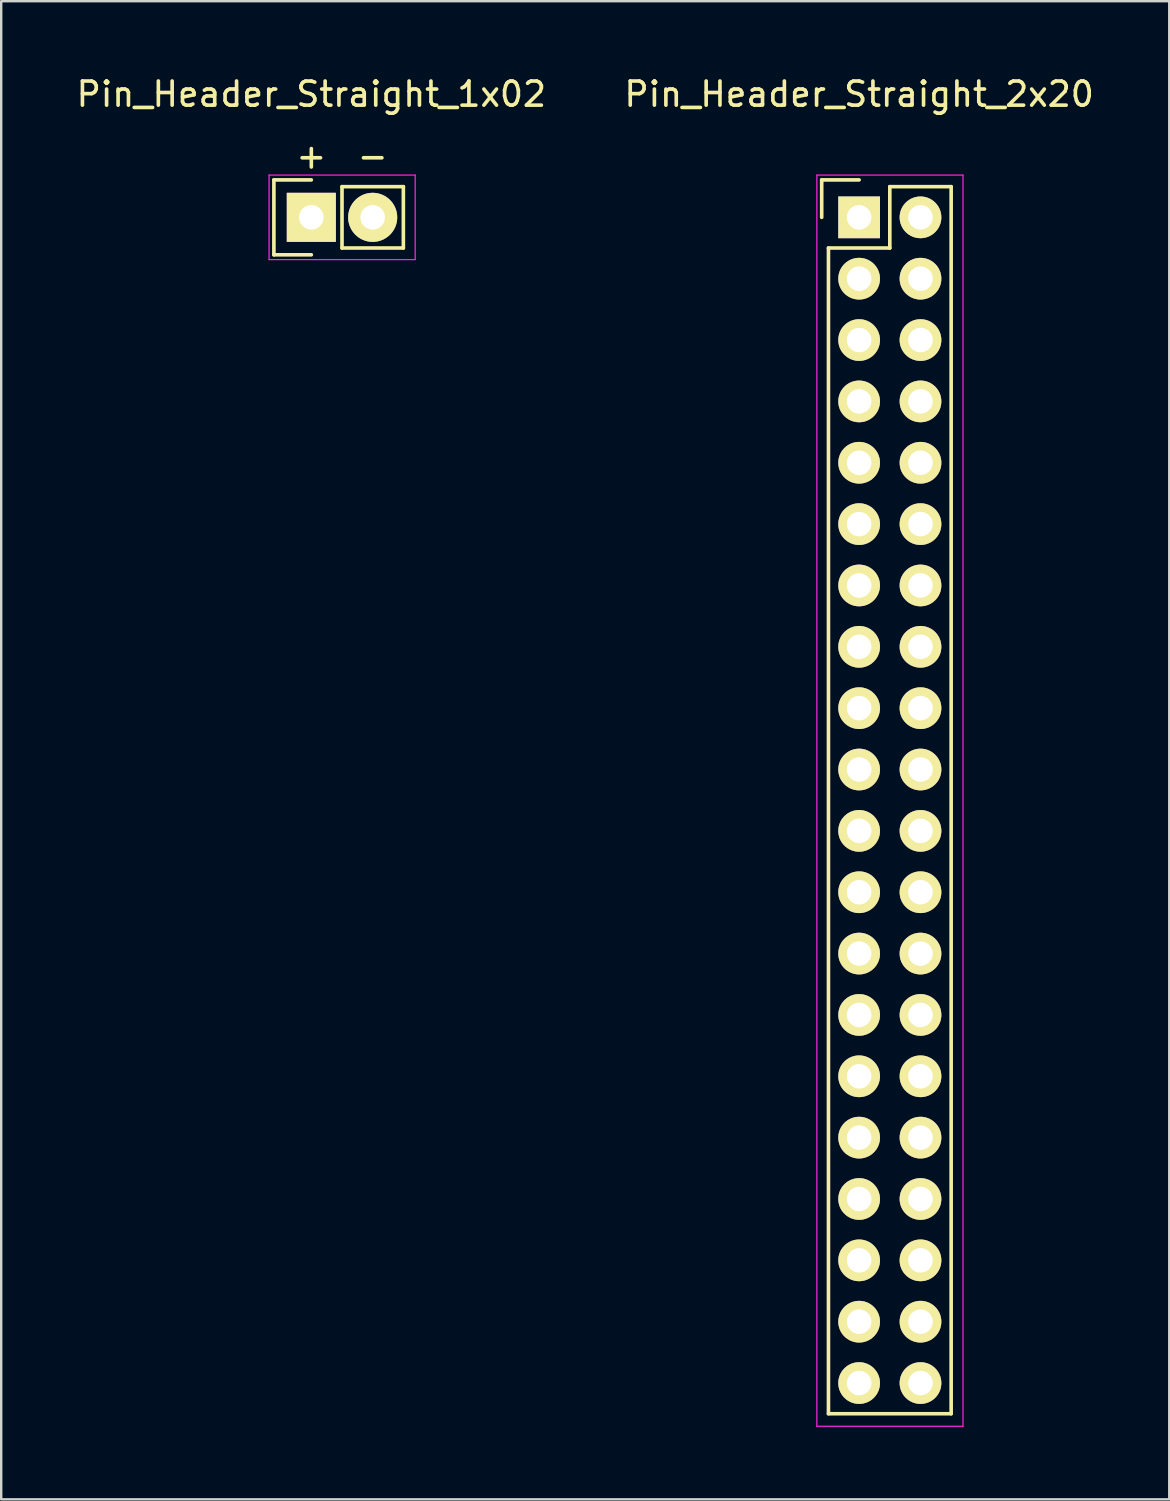
<source format=kicad_pcb>
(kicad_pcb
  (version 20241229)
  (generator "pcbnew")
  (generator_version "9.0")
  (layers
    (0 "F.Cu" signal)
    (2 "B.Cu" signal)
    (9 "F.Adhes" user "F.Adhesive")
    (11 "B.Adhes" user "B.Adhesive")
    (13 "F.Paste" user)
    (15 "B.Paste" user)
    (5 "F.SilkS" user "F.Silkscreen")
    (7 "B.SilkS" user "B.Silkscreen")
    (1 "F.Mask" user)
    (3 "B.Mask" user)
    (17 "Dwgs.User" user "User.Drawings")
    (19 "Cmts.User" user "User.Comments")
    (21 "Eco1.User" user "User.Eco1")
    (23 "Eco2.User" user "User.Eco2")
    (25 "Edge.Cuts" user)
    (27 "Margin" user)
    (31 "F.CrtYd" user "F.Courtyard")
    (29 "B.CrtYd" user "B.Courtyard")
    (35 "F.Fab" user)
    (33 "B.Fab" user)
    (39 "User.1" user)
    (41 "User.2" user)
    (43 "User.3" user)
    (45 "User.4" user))
  (footprint "Pin_Header_Straight_2x20"
    (layer "F.Cu")
    (at 32.518 5.948)
    (property "Reference" "Pin_Header_Straight_2x20" (at 0 -5.1 0) (layer "F.SilkS") (effects (font (size 1 1) (thickness 0.15))))
    (attr through_hole)
    (fp_line (start -1.55 -1.55) (end -1.55 0) (stroke (width 0.15) (type solid)) (layer "F.SilkS"))
    (fp_line (start -1.27 1.27) (end -1.27 49.53) (stroke (width 0.15) (type solid)) (layer "F.SilkS"))
    (fp_line (start 0 -1.55) (end -1.55 -1.55) (stroke (width 0.15) (type solid)) (layer "F.SilkS"))
    (fp_line (start 1.27 -1.27) (end 1.27 1.27) (stroke (width 0.15) (type solid)) (layer "F.SilkS"))
    (fp_line (start 1.27 1.27) (end -1.27 1.27) (stroke (width 0.15) (type solid)) (layer "F.SilkS"))
    (fp_line (start 3.81 -1.27) (end 1.27 -1.27) (stroke (width 0.15) (type solid)) (layer "F.SilkS"))
    (fp_line (start 3.81 49.53) (end -1.27 49.53) (stroke (width 0.15) (type solid)) (layer "F.SilkS"))
    (fp_line (start 3.81 49.53) (end 3.81 -1.27) (stroke (width 0.15) (type solid)) (layer "F.SilkS"))
    (fp_line (start -1.75 -1.75) (end -1.75 50.05) (stroke (width 0.05) (type solid)) (layer "F.CrtYd"))
    (fp_line (start -1.75 -1.75) (end 4.3 -1.75) (stroke (width 0.05) (type solid)) (layer "F.CrtYd"))
    (fp_line (start -1.75 50.05) (end 4.3 50.05) (stroke (width 0.05) (type solid)) (layer "F.CrtYd"))
    (fp_line (start 4.3 -1.75) (end 4.3 50.05) (stroke (width 0.05) (type solid)) (layer "F.CrtYd"))
    (pad "1" thru_hole rect (at 0 0) (size 1.727 1.727) (drill 1.016) (layers "*.Cu" "*.Mask" "F.SilkS"))
    (pad "2" thru_hole oval (at 2.54 0) (size 1.727 1.727) (drill 1.016) (layers "*.Cu" "*.Mask" "F.SilkS"))
    (pad "3" thru_hole oval (at 0 2.54) (size 1.727 1.727) (drill 1.016) (layers "*.Cu" "*.Mask" "F.SilkS"))
    (pad "4" thru_hole oval (at 2.54 2.54) (size 1.727 1.727) (drill 1.016) (layers "*.Cu" "*.Mask" "F.SilkS"))
    (pad "5" thru_hole oval (at 0 5.08) (size 1.727 1.727) (drill 1.016) (layers "*.Cu" "*.Mask" "F.SilkS"))
    (pad "6" thru_hole oval (at 2.54 5.08) (size 1.727 1.727) (drill 1.016) (layers "*.Cu" "*.Mask" "F.SilkS"))
    (pad "7" thru_hole oval (at 0 7.62) (size 1.727 1.727) (drill 1.016) (layers "*.Cu" "*.Mask" "F.SilkS"))
    (pad "8" thru_hole oval (at 2.54 7.62) (size 1.727 1.727) (drill 1.016) (layers "*.Cu" "*.Mask" "F.SilkS"))
    (pad "9" thru_hole oval (at 0 10.16) (size 1.727 1.727) (drill 1.016) (layers "*.Cu" "*.Mask" "F.SilkS"))
    (pad "10" thru_hole oval (at 2.54 10.16) (size 1.727 1.727) (drill 1.016) (layers "*.Cu" "*.Mask" "F.SilkS"))
    (pad "11" thru_hole oval (at 0 12.7) (size 1.727 1.727) (drill 1.016) (layers "*.Cu" "*.Mask" "F.SilkS"))
    (pad "12" thru_hole oval (at 2.54 12.7) (size 1.727 1.727) (drill 1.016) (layers "*.Cu" "*.Mask" "F.SilkS"))
    (pad "13" thru_hole oval (at 0 15.24) (size 1.727 1.727) (drill 1.016) (layers "*.Cu" "*.Mask" "F.SilkS"))
    (pad "14" thru_hole oval (at 2.54 15.24) (size 1.727 1.727) (drill 1.016) (layers "*.Cu" "*.Mask" "F.SilkS"))
    (pad "15" thru_hole oval (at 0 17.78) (size 1.727 1.727) (drill 1.016) (layers "*.Cu" "*.Mask" "F.SilkS"))
    (pad "16" thru_hole oval (at 2.54 17.78) (size 1.727 1.727) (drill 1.016) (layers "*.Cu" "*.Mask" "F.SilkS"))
    (pad "17" thru_hole oval (at 0 20.32) (size 1.727 1.727) (drill 1.016) (layers "*.Cu" "*.Mask" "F.SilkS"))
    (pad "18" thru_hole oval (at 2.54 20.32) (size 1.727 1.727) (drill 1.016) (layers "*.Cu" "*.Mask" "F.SilkS"))
    (pad "19" thru_hole oval (at 0 22.86) (size 1.727 1.727) (drill 1.016) (layers "*.Cu" "*.Mask" "F.SilkS"))
    (pad "20" thru_hole oval (at 2.54 22.86) (size 1.727 1.727) (drill 1.016) (layers "*.Cu" "*.Mask" "F.SilkS"))
    (pad "21" thru_hole oval (at 0 25.4) (size 1.727 1.727) (drill 1.016) (layers "*.Cu" "*.Mask" "F.SilkS"))
    (pad "22" thru_hole oval (at 2.54 25.4) (size 1.727 1.727) (drill 1.016) (layers "*.Cu" "*.Mask" "F.SilkS"))
    (pad "23" thru_hole oval (at 0 27.94) (size 1.727 1.727) (drill 1.016) (layers "*.Cu" "*.Mask" "F.SilkS"))
    (pad "24" thru_hole oval (at 2.54 27.94) (size 1.727 1.727) (drill 1.016) (layers "*.Cu" "*.Mask" "F.SilkS"))
    (pad "25" thru_hole oval (at 0 30.48) (size 1.727 1.727) (drill 1.016) (layers "*.Cu" "*.Mask" "F.SilkS"))
    (pad "26" thru_hole oval (at 2.54 30.48) (size 1.727 1.727) (drill 1.016) (layers "*.Cu" "*.Mask" "F.SilkS"))
    (pad "27" thru_hole oval (at 0 33.02) (size 1.727 1.727) (drill 1.016) (layers "*.Cu" "*.Mask" "F.SilkS"))
    (pad "28" thru_hole oval (at 2.54 33.02) (size 1.727 1.727) (drill 1.016) (layers "*.Cu" "*.Mask" "F.SilkS"))
    (pad "29" thru_hole oval (at 0 35.56) (size 1.727 1.727) (drill 1.016) (layers "*.Cu" "*.Mask" "F.SilkS"))
    (pad "30" thru_hole oval (at 2.54 35.56) (size 1.727 1.727) (drill 1.016) (layers "*.Cu" "*.Mask" "F.SilkS"))
    (pad "31" thru_hole oval (at 0 38.1) (size 1.727 1.727) (drill 1.016) (layers "*.Cu" "*.Mask" "F.SilkS"))
    (pad "32" thru_hole oval (at 2.54 38.1) (size 1.727 1.727) (drill 1.016) (layers "*.Cu" "*.Mask" "F.SilkS"))
    (pad "33" thru_hole oval (at 0 40.64) (size 1.727 1.727) (drill 1.016) (layers "*.Cu" "*.Mask" "F.SilkS"))
    (pad "34" thru_hole oval (at 2.54 40.64) (size 1.727 1.727) (drill 1.016) (layers "*.Cu" "*.Mask" "F.SilkS"))
    (pad "35" thru_hole oval (at 0 43.18) (size 1.727 1.727) (drill 1.016) (layers "*.Cu" "*.Mask" "F.SilkS"))
    (pad "36" thru_hole oval (at 2.54 43.18) (size 1.727 1.727) (drill 1.016) (layers "*.Cu" "*.Mask" "F.SilkS"))
    (pad "37" thru_hole oval (at 0 45.72) (size 1.727 1.727) (drill 1.016) (layers "*.Cu" "*.Mask" "F.SilkS"))
    (pad "38" thru_hole oval (at 2.54 45.72) (size 1.727 1.727) (drill 1.016) (layers "*.Cu" "*.Mask" "F.SilkS"))
    (pad "39" thru_hole oval (at 0 48.26) (size 1.727 1.727) (drill 1.016) (layers "*.Cu" "*.Mask" "F.SilkS"))
    (pad "40" thru_hole oval (at 2.54 48.26) (size 1.727 1.727) (drill 1.016) (layers "*.Cu" "*.Mask" "F.SilkS")))
  (footprint "Pin_Header_Straight_1x02"
    (layer "F.Cu")
    (at 9.839 5.948)
    (property "Reference" "Pin_Header_Straight_1x02" (at 0 -5.1 0) (layer "F.SilkS") (effects (font (size 1 1) (thickness 0.15))))
    (attr through_hole)
    (fp_line (start -1.55 -1.55) (end 0 -1.55) (stroke (width 0.15) (type solid)) (layer "F.SilkS"))
    (fp_line (start -1.55 1.55) (end -1.55 -1.55) (stroke (width 0.15) (type solid)) (layer "F.SilkS"))
    (fp_line (start 0 1.55) (end -1.55 1.55) (stroke (width 0.15) (type solid)) (layer "F.SilkS"))
    (fp_line (start 1.27 -1.27) (end 1.27 1.27) (stroke (width 0.15) (type solid)) (layer "F.SilkS"))
    (fp_line (start 1.27 -1.27) (end 3.81 -1.27) (stroke (width 0.15) (type solid)) (layer "F.SilkS"))
    (fp_line (start 1.27 1.27) (end 3.81 1.27) (stroke (width 0.15) (type solid)) (layer "F.SilkS"))
    (fp_line (start 3.81 1.27) (end 3.81 -1.27) (stroke (width 0.15) (type solid)) (layer "F.SilkS"))
    (fp_line (start -1.75 -1.75) (end 4.3 -1.75) (stroke (width 0.05) (type solid)) (layer "F.CrtYd"))
    (fp_line (start -1.75 1.75) (end -1.75 -1.75) (stroke (width 0.05) (type solid)) (layer "F.CrtYd"))
    (fp_line (start -1.75 1.75) (end 4.3 1.75) (stroke (width 0.05) (type solid)) (layer "F.CrtYd"))
    (fp_line (start 4.3 1.75) (end 4.3 -1.75) (stroke (width 0.05) (type solid)) (layer "F.CrtYd"))
    (fp_text user "-" (at 2.54 -2.54 0) (layer "F.SilkS") (effects (font (size 1 1) (thickness 0.15))))
    (fp_text user "+" (at 0 -2.54 0) (layer "F.SilkS") (effects (font (size 1 1) (thickness 0.15))))
    (pad "1" thru_hole rect (at 0 0 90) (size 2.032 2.032) (drill 1.016) (layers "*.Cu" "*.Mask" "F.SilkS"))
    (pad "2" thru_hole oval (at 2.54 0 90) (size 2.032 2.032) (drill 1.016) (layers "*.Cu" "*.Mask" "F.SilkS")))
  (gr_rect
    (start -3 -3)
    (end 45.357 59.023)
    (stroke (width 0.1) (type default))
    (fill no)
    (layer "Edge.Cuts")))
</source>
